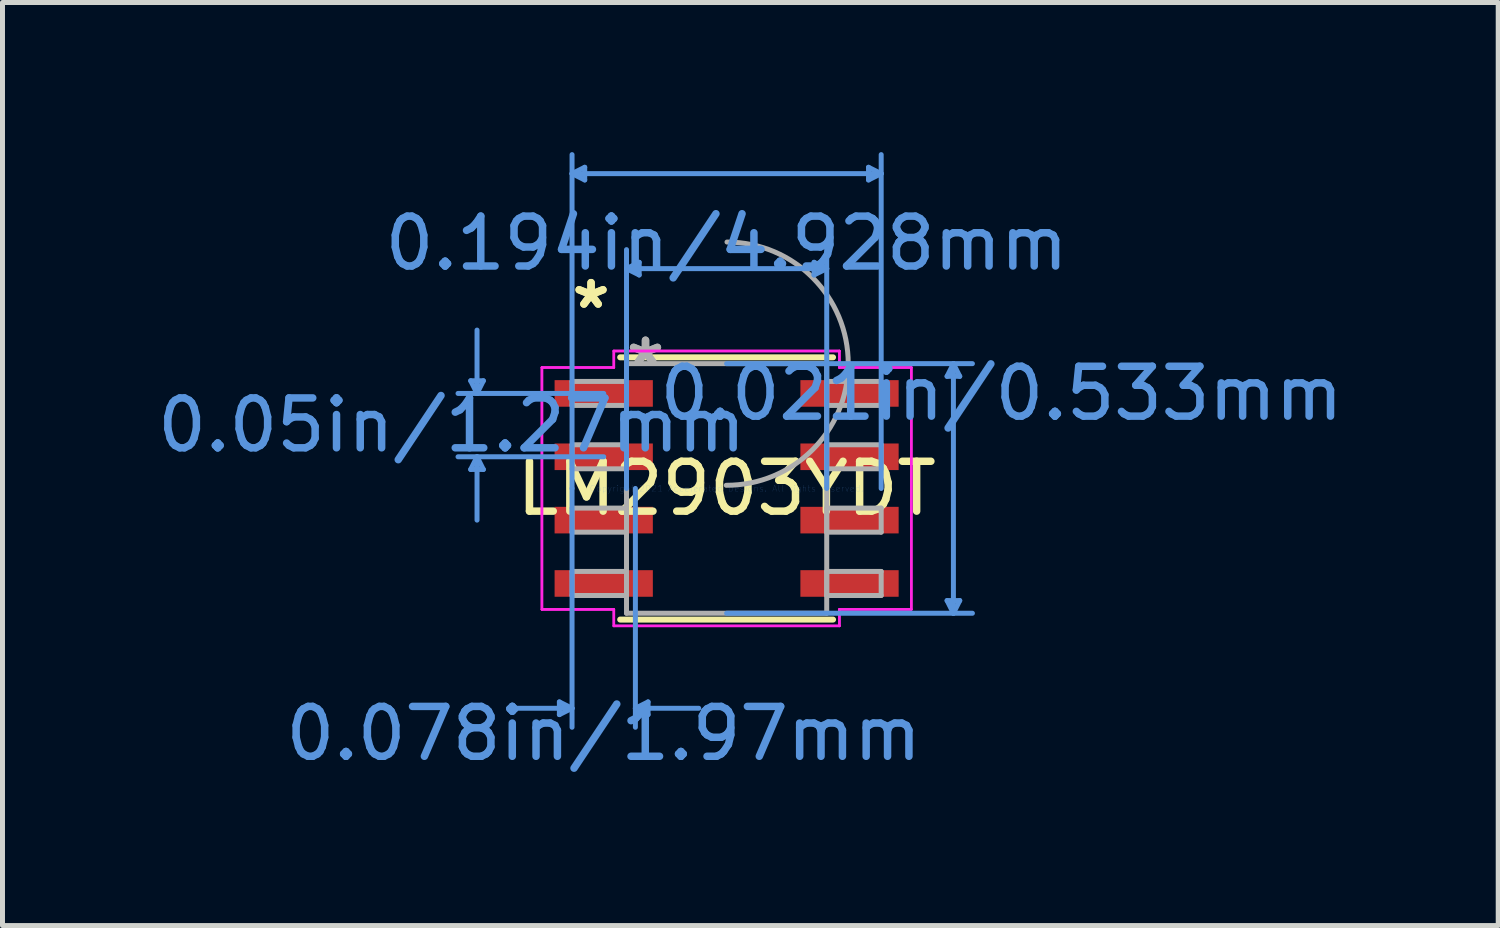
<source format=kicad_pcb>
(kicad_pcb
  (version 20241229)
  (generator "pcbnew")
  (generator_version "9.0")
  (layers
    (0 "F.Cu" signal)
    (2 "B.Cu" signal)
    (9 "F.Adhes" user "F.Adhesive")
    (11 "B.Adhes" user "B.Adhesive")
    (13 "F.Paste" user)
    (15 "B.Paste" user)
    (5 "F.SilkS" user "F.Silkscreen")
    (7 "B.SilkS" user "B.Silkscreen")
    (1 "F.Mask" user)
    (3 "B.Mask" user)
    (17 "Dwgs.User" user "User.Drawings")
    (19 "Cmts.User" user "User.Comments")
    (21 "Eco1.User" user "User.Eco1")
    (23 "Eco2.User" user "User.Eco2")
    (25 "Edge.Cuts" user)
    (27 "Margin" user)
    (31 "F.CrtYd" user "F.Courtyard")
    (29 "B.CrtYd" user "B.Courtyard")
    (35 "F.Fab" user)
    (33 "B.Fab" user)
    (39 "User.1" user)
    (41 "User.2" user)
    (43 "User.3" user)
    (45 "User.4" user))
  (footprint "LM2903YDT"
    (layer "F.Cu")
    (at 11.518 6.743)
    (property "Reference" "LM2903YDT" (at 0 0 0) (layer "F.SilkS") (effects (font (size 1 1) (thickness 0.15))))
    (attr through_hole)
    (fp_line (start -2.134 2.629) (end 2.134 2.629) (stroke (width 0.12) (type solid)) (layer "F.SilkS"))
    (fp_line (start 2.134 -2.629) (end -2.134 -2.629) (stroke (width 0.12) (type solid)) (layer "F.SilkS"))
    (fp_line (start -5.131 -2.159) (end -4.877 -2.159) (stroke (width 0.1) (type solid)) (layer "Cmts.User"))
    (fp_line (start -5.131 -0.381) (end -4.877 -0.381) (stroke (width 0.1) (type solid)) (layer "Cmts.User"))
    (fp_line (start -5.004 -1.905) (end -5.131 -2.159) (stroke (width 0.1) (type solid)) (layer "Cmts.User"))
    (fp_line (start -5.004 -1.905) (end -5.004 -3.175) (stroke (width 0.1) (type solid)) (layer "Cmts.User"))
    (fp_line (start -5.004 -1.905) (end -4.877 -2.159) (stroke (width 0.1) (type solid)) (layer "Cmts.User"))
    (fp_line (start -5.004 -0.635) (end -5.131 -0.381) (stroke (width 0.1) (type solid)) (layer "Cmts.User"))
    (fp_line (start -5.004 -0.635) (end -5.004 0.635) (stroke (width 0.1) (type solid)) (layer "Cmts.User"))
    (fp_line (start -5.004 -0.635) (end -4.877 -0.381) (stroke (width 0.1) (type solid)) (layer "Cmts.User"))
    (fp_line (start -3.353 4.28) (end -3.353 4.534) (stroke (width 0.1) (type solid)) (layer "Cmts.User"))
    (fp_line (start -3.099 -6.312) (end -2.845 -6.439) (stroke (width 0.1) (type solid)) (layer "Cmts.User"))
    (fp_line (start -3.099 -6.312) (end -2.845 -6.185) (stroke (width 0.1) (type solid)) (layer "Cmts.User"))
    (fp_line (start -3.099 -6.312) (end 3.099 -6.312) (stroke (width 0.1) (type solid)) (layer "Cmts.User"))
    (fp_line (start -3.099 0) (end -3.099 -6.693) (stroke (width 0.1) (type solid)) (layer "Cmts.User"))
    (fp_line (start -3.099 0) (end -3.099 4.788) (stroke (width 0.1) (type solid)) (layer "Cmts.User"))
    (fp_line (start -3.099 4.407) (end -4.369 4.407) (stroke (width 0.1) (type solid)) (layer "Cmts.User"))
    (fp_line (start -3.099 4.407) (end -3.353 4.28) (stroke (width 0.1) (type solid)) (layer "Cmts.User"))
    (fp_line (start -3.099 4.407) (end -3.353 4.534) (stroke (width 0.1) (type solid)) (layer "Cmts.User"))
    (fp_line (start -2.845 -6.439) (end -2.845 -6.185) (stroke (width 0.1) (type solid)) (layer "Cmts.User"))
    (fp_line (start -2.464 -1.905) (end -5.385 -1.905) (stroke (width 0.1) (type solid)) (layer "Cmts.User"))
    (fp_line (start -2.464 -0.635) (end -5.385 -0.635) (stroke (width 0.1) (type solid)) (layer "Cmts.User"))
    (fp_line (start -2.007 -4.407) (end -1.753 -4.534) (stroke (width 0.1) (type solid)) (layer "Cmts.User"))
    (fp_line (start -2.007 -4.407) (end -1.753 -4.28) (stroke (width 0.1) (type solid)) (layer "Cmts.User"))
    (fp_line (start -2.007 -4.407) (end 2.007 -4.407) (stroke (width 0.1) (type solid)) (layer "Cmts.User"))
    (fp_line (start -2.007 0) (end -2.007 -4.788) (stroke (width 0.1) (type solid)) (layer "Cmts.User"))
    (fp_line (start -1.829 0) (end -1.829 4.788) (stroke (width 0.1) (type solid)) (layer "Cmts.User"))
    (fp_line (start -1.829 4.407) (end -1.575 4.28) (stroke (width 0.1) (type solid)) (layer "Cmts.User"))
    (fp_line (start -1.829 4.407) (end -1.575 4.534) (stroke (width 0.1) (type solid)) (layer "Cmts.User"))
    (fp_line (start -1.829 4.407) (end -0.559 4.407) (stroke (width 0.1) (type solid)) (layer "Cmts.User"))
    (fp_line (start -1.753 -4.534) (end -1.753 -4.28) (stroke (width 0.1) (type solid)) (layer "Cmts.User"))
    (fp_line (start -1.575 4.28) (end -1.575 4.534) (stroke (width 0.1) (type solid)) (layer "Cmts.User"))
    (fp_line (start 0 -2.502) (end 4.928 -2.502) (stroke (width 0.1) (type solid)) (layer "Cmts.User"))
    (fp_line (start 0 2.502) (end 4.928 2.502) (stroke (width 0.1) (type solid)) (layer "Cmts.User"))
    (fp_line (start 1.753 -4.534) (end 1.753 -4.28) (stroke (width 0.1) (type solid)) (layer "Cmts.User"))
    (fp_line (start 2.007 -4.407) (end 1.753 -4.534) (stroke (width 0.1) (type solid)) (layer "Cmts.User"))
    (fp_line (start 2.007 -4.407) (end 1.753 -4.28) (stroke (width 0.1) (type solid)) (layer "Cmts.User"))
    (fp_line (start 2.007 0) (end 2.007 -4.788) (stroke (width 0.1) (type solid)) (layer "Cmts.User"))
    (fp_line (start 2.845 -6.439) (end 2.845 -6.185) (stroke (width 0.1) (type solid)) (layer "Cmts.User"))
    (fp_line (start 3.099 -6.312) (end 2.845 -6.439) (stroke (width 0.1) (type solid)) (layer "Cmts.User"))
    (fp_line (start 3.099 -6.312) (end 2.845 -6.185) (stroke (width 0.1) (type solid)) (layer "Cmts.User"))
    (fp_line (start 3.099 0) (end 3.099 -6.693) (stroke (width 0.1) (type solid)) (layer "Cmts.User"))
    (fp_line (start 4.42 -2.248) (end 4.674 -2.248) (stroke (width 0.1) (type solid)) (layer "Cmts.User"))
    (fp_line (start 4.42 2.248) (end 4.674 2.248) (stroke (width 0.1) (type solid)) (layer "Cmts.User"))
    (fp_line (start 4.547 -2.502) (end 4.42 -2.248) (stroke (width 0.1) (type solid)) (layer "Cmts.User"))
    (fp_line (start 4.547 -2.502) (end 4.547 2.502) (stroke (width 0.1) (type solid)) (layer "Cmts.User"))
    (fp_line (start 4.547 -2.502) (end 4.674 -2.248) (stroke (width 0.1) (type solid)) (layer "Cmts.User"))
    (fp_line (start 4.547 2.502) (end 4.42 2.248) (stroke (width 0.1) (type solid)) (layer "Cmts.User"))
    (fp_line (start 4.547 2.502) (end 4.674 2.248) (stroke (width 0.1) (type solid)) (layer "Cmts.User"))
    (fp_line (start -3.703 -2.425) (end -2.261 -2.425) (stroke (width 0.05) (type solid)) (layer "F.CrtYd"))
    (fp_line (start -3.703 -2.425) (end -2.261 -2.425) (stroke (width 0.05) (type solid)) (layer "F.CrtYd"))
    (fp_line (start -3.703 2.425) (end -3.703 -2.425) (stroke (width 0.05) (type solid)) (layer "F.CrtYd"))
    (fp_line (start -3.703 2.425) (end -3.703 -2.425) (stroke (width 0.05) (type solid)) (layer "F.CrtYd"))
    (fp_line (start -3.703 2.425) (end -2.261 2.425) (stroke (width 0.05) (type solid)) (layer "F.CrtYd"))
    (fp_line (start -2.261 -2.756) (end 2.261 -2.756) (stroke (width 0.05) (type solid)) (layer "F.CrtYd"))
    (fp_line (start -2.261 -2.756) (end 2.261 -2.756) (stroke (width 0.05) (type solid)) (layer "F.CrtYd"))
    (fp_line (start -2.261 -2.425) (end -2.261 -2.756) (stroke (width 0.05) (type solid)) (layer "F.CrtYd"))
    (fp_line (start -2.261 -2.425) (end -2.261 -2.756) (stroke (width 0.05) (type solid)) (layer "F.CrtYd"))
    (fp_line (start -2.261 2.425) (end -3.703 2.425) (stroke (width 0.05) (type solid)) (layer "F.CrtYd"))
    (fp_line (start -2.261 2.756) (end -2.261 2.425) (stroke (width 0.05) (type solid)) (layer "F.CrtYd"))
    (fp_line (start -2.261 2.756) (end -2.261 2.425) (stroke (width 0.05) (type solid)) (layer "F.CrtYd"))
    (fp_line (start 2.261 -2.756) (end 2.261 -2.425) (stroke (width 0.05) (type solid)) (layer "F.CrtYd"))
    (fp_line (start 2.261 -2.756) (end 2.261 -2.425) (stroke (width 0.05) (type solid)) (layer "F.CrtYd"))
    (fp_line (start 2.261 -2.425) (end 3.703 -2.425) (stroke (width 0.05) (type solid)) (layer "F.CrtYd"))
    (fp_line (start 2.261 2.425) (end 2.261 2.756) (stroke (width 0.05) (type solid)) (layer "F.CrtYd"))
    (fp_line (start 2.261 2.425) (end 2.261 2.756) (stroke (width 0.05) (type solid)) (layer "F.CrtYd"))
    (fp_line (start 2.261 2.756) (end -2.261 2.756) (stroke (width 0.05) (type solid)) (layer "F.CrtYd"))
    (fp_line (start 2.261 2.756) (end -2.261 2.756) (stroke (width 0.05) (type solid)) (layer "F.CrtYd"))
    (fp_line (start 3.703 -2.425) (end 2.261 -2.425) (stroke (width 0.05) (type solid)) (layer "F.CrtYd"))
    (fp_line (start 3.703 -2.425) (end 3.703 2.425) (stroke (width 0.05) (type solid)) (layer "F.CrtYd"))
    (fp_line (start 3.703 -2.425) (end 3.703 2.425) (stroke (width 0.05) (type solid)) (layer "F.CrtYd"))
    (fp_line (start 3.703 2.425) (end 2.261 2.425) (stroke (width 0.05) (type solid)) (layer "F.CrtYd"))
    (fp_line (start 3.703 2.425) (end 2.261 2.425) (stroke (width 0.05) (type solid)) (layer "F.CrtYd"))
    (fp_line (start -3.099 -2.146) (end -3.099 -1.664) (stroke (width 0.1) (type solid)) (layer "F.Fab"))
    (fp_line (start -3.099 -1.664) (end -2.007 -1.664) (stroke (width 0.1) (type solid)) (layer "F.Fab"))
    (fp_line (start -3.099 -0.876) (end -3.099 -0.394) (stroke (width 0.1) (type solid)) (layer "F.Fab"))
    (fp_line (start -3.099 -0.394) (end -2.007 -0.394) (stroke (width 0.1) (type solid)) (layer "F.Fab"))
    (fp_line (start -3.099 0.394) (end -3.099 0.876) (stroke (width 0.1) (type solid)) (layer "F.Fab"))
    (fp_line (start -3.099 0.876) (end -2.007 0.876) (stroke (width 0.1) (type solid)) (layer "F.Fab"))
    (fp_line (start -3.099 1.664) (end -3.099 2.146) (stroke (width 0.1) (type solid)) (layer "F.Fab"))
    (fp_line (start -3.099 2.146) (end -2.007 2.146) (stroke (width 0.1) (type solid)) (layer "F.Fab"))
    (fp_line (start -2.007 -2.502) (end -2.007 2.502) (stroke (width 0.1) (type solid)) (layer "F.Fab"))
    (fp_line (start -2.007 -2.146) (end -3.099 -2.146) (stroke (width 0.1) (type solid)) (layer "F.Fab"))
    (fp_line (start -2.007 -1.664) (end -2.007 -2.146) (stroke (width 0.1) (type solid)) (layer "F.Fab"))
    (fp_line (start -2.007 -0.876) (end -3.099 -0.876) (stroke (width 0.1) (type solid)) (layer "F.Fab"))
    (fp_line (start -2.007 -0.394) (end -2.007 -0.876) (stroke (width 0.1) (type solid)) (layer "F.Fab"))
    (fp_line (start -2.007 0.394) (end -3.099 0.394) (stroke (width 0.1) (type solid)) (layer "F.Fab"))
    (fp_line (start -2.007 0.876) (end -2.007 0.394) (stroke (width 0.1) (type solid)) (layer "F.Fab"))
    (fp_line (start -2.007 1.664) (end -3.099 1.664) (stroke (width 0.1) (type solid)) (layer "F.Fab"))
    (fp_line (start -2.007 2.146) (end -2.007 1.664) (stroke (width 0.1) (type solid)) (layer "F.Fab"))
    (fp_line (start -2.007 2.502) (end 2.007 2.502) (stroke (width 0.1) (type solid)) (layer "F.Fab"))
    (fp_line (start 2.007 -2.502) (end -2.007 -2.502) (stroke (width 0.1) (type solid)) (layer "F.Fab"))
    (fp_line (start 2.007 -2.146) (end 2.007 -1.664) (stroke (width 0.1) (type solid)) (layer "F.Fab"))
    (fp_line (start 2.007 -1.664) (end 3.099 -1.664) (stroke (width 0.1) (type solid)) (layer "F.Fab"))
    (fp_line (start 2.007 -0.876) (end 2.007 -0.394) (stroke (width 0.1) (type solid)) (layer "F.Fab"))
    (fp_line (start 2.007 -0.394) (end 3.099 -0.394) (stroke (width 0.1) (type solid)) (layer "F.Fab"))
    (fp_line (start 2.007 0.394) (end 2.007 0.876) (stroke (width 0.1) (type solid)) (layer "F.Fab"))
    (fp_line (start 2.007 0.876) (end 3.099 0.876) (stroke (width 0.1) (type solid)) (layer "F.Fab"))
    (fp_line (start 2.007 1.664) (end 2.007 2.146) (stroke (width 0.1) (type solid)) (layer "F.Fab"))
    (fp_line (start 2.007 2.146) (end 3.099 2.146) (stroke (width 0.1) (type solid)) (layer "F.Fab"))
    (fp_line (start 2.007 2.502) (end 2.007 -2.502) (stroke (width 0.1) (type solid)) (layer "F.Fab"))
    (fp_line (start 3.099 -2.146) (end 2.007 -2.146) (stroke (width 0.1) (type solid)) (layer "F.Fab"))
    (fp_line (start 3.099 -1.664) (end 3.099 -2.146) (stroke (width 0.1) (type solid)) (layer "F.Fab"))
    (fp_line (start 3.099 -0.876) (end 2.007 -0.876) (stroke (width 0.1) (type solid)) (layer "F.Fab"))
    (fp_line (start 3.099 -0.394) (end 3.099 -0.876) (stroke (width 0.1) (type solid)) (layer "F.Fab"))
    (fp_line (start 3.099 0.394) (end 2.007 0.394) (stroke (width 0.1) (type solid)) (layer "F.Fab"))
    (fp_line (start 3.099 0.876) (end 3.099 0.394) (stroke (width 0.1) (type solid)) (layer "F.Fab"))
    (fp_line (start 3.099 1.664) (end 2.007 1.664) (stroke (width 0.1) (type solid)) (layer "F.Fab"))
    (fp_line (start 3.099 2.146) (end 3.099 1.664) (stroke (width 0.1) (type solid)) (layer "F.Fab"))
    (fp_arc (start 0.007742 -4.940252) (mid 2.438352 -2.494158) (end -0.007742 -0.063548) (stroke (width 0.1) (type solid)) (layer "F.Fab"))
    (fp_text user "*" (at -2.718 -3.581 0) (layer "F.SilkS") (effects (font (size 1 1) (thickness 0.15))))
    (fp_text user "*" (at -2.718 -3.581 0) (layer "F.SilkS") (effects (font (size 1 1) (thickness 0.15))))
    (fp_text user "Copyright 2021 Accelerated Designs. All rights reserved." (at 0 0 0) (layer "Cmts.User") (effects (font (size 0.127 0.127) (thickness 0.002))))
    (fp_text user "0.05in/1.27mm" (at -5.512 -1.27 0) (layer "Cmts.User") (effects (font (size 1 1) (thickness 0.15))))
    (fp_text user "0.078in/1.97mm" (at -2.464 4.915 0) (layer "Cmts.User") (effects (font (size 1 1) (thickness 0.15))))
    (fp_text user "0.021in/0.533mm" (at 5.512 -1.905 0) (layer "Cmts.User") (effects (font (size 1 1) (thickness 0.15))))
    (fp_text user "0.194in/4.928mm" (at 0 -4.915 0) (layer "Cmts.User") (effects (font (size 1 1) (thickness 0.15))))
    (fp_text user "*" (at -1.626 -2.426 0) (layer "F.Fab") (effects (font (size 1 1) (thickness 0.15))))
    (fp_text user "*" (at -1.626 -2.426 0) (layer "F.Fab") (effects (font (size 1 1) (thickness 0.15))))
    (pad "1" smd rect (at -2.464 -1.905) (size 1.97 0.533) (layers "F.Cu" "F.Mask" "F.Paste"))
    (pad "2" smd rect (at -2.464 -0.635) (size 1.97 0.533) (layers "F.Cu" "F.Mask" "F.Paste"))
    (pad "3" smd rect (at -2.464 0.635) (size 1.97 0.533) (layers "F.Cu" "F.Mask" "F.Paste"))
    (pad "4" smd rect (at -2.464 1.905) (size 1.97 0.533) (layers "F.Cu" "F.Mask" "F.Paste"))
    (pad "5" smd rect (at 2.464 1.905) (size 1.97 0.533) (layers "F.Cu" "F.Mask" "F.Paste"))
    (pad "6" smd rect (at 2.464 0.635) (size 1.97 0.533) (layers "F.Cu" "F.Mask" "F.Paste"))
    (pad "7" smd rect (at 2.464 -0.635) (size 1.97 0.533) (layers "F.Cu" "F.Mask" "F.Paste"))
    (pad "8" smd rect (at 2.464 -1.905) (size 1.97 0.533) (layers "F.Cu" "F.Mask" "F.Paste")))
  (gr_rect
    (start -3 -3)
    (end 26.988 15.506)
    (stroke (width 0.1) (type default))
    (fill no)
    (layer "Edge.Cuts")))
</source>
